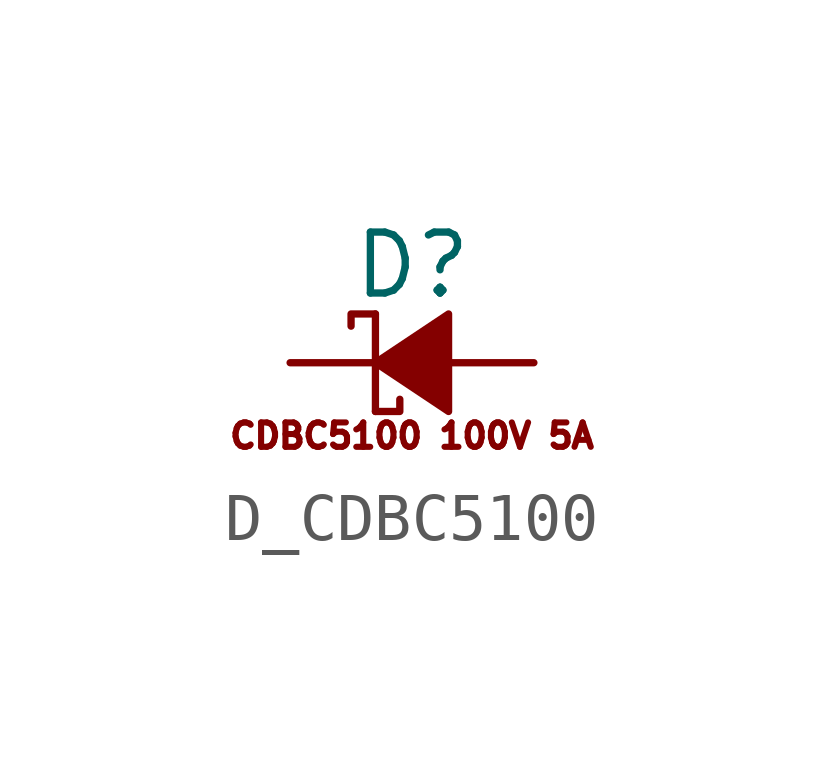
<source format=kicad_sym>
(kicad_symbol_lib
  (version 20211014)
  (generator kicad_symbol_editor)
  (symbol "D_CDBC5100"
    (pin_numbers hide)
    (pin_names
      (offset 0.254) hide)
    (property "Reference" "D"
      (at -1.27 2.032 0)
      (effects (font (size 1.27 1.27)) (justify left)))
    (symbol "D_CDBC5100_0_0"
      (text "CDBC5100 100V 5A" (at 0 -1.524 0) (effects (font (size 0.508 0.508)))))
    (symbol "D_CDBC5100_0_1"
      (polyline (pts (xy -0.762 -1.016) (xy -0.762 1.016)) (stroke (width 0) (type default) (color 0 0 0 0)) (fill (type none)))
      (polyline (pts (xy -0.762 0) (xy 0.762 0)) (stroke (width 0) (type default) (color 0 0 0 0)) (fill (type none)))
      (polyline (pts (xy -0.762 -1.016) (xy -0.254 -1.016) (xy -0.254 -0.762)) (stroke (width 0) (type default) (color 0 0 0 0)) (fill (type none)))
      (polyline (pts (xy -0.762 1.016) (xy -1.27 1.016) (xy -1.27 0.762)) (stroke (width 0) (type default) (color 0 0 0 0)) (fill (type none)))
      (polyline (pts (xy 0.762 -1.016) (xy -0.762 0) (xy 0.762 1.016) (xy 0.762 -1.016)) (stroke (width 0) (type default) (color 0 0 0 0)) (fill (type outline))))
    (symbol "D_CDBC5100_1_1"
      (pin passive line (at -2.54 0 0) (length 1.778) (name "K" (effects (font (size 1.27 1.27)))) (number "1" (effects (font (size 1.27 1.27)))))
      (pin passive line (at 2.54 0 180) (length 1.778) (name "A" (effects (font (size 1.27 1.27)))) (number "2" (effects (font (size 1.27 1.27))))))))
</source>
